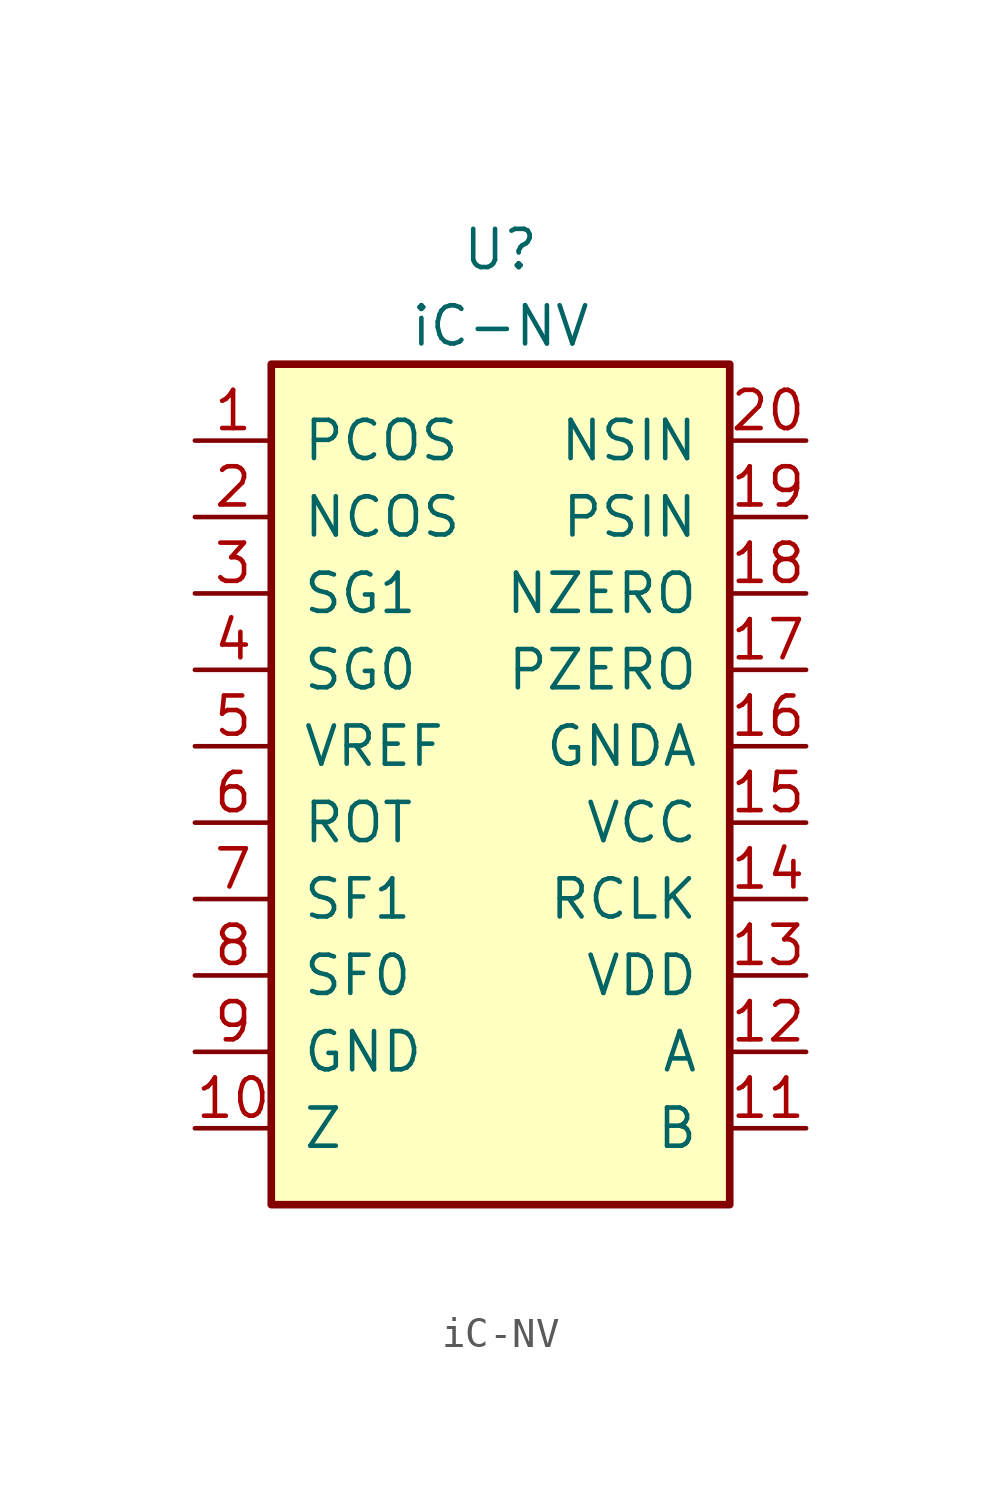
<source format=kicad_sym>
(kicad_symbol_lib
  (version 20241209)
  (generator "kicad_symbol_editor")
  (generator_version "9.0")
  (symbol "iC-NV"
    (pin_names
      (offset 1.016))
    (property "Reference" "U"
      (at 0 16.51 0)
      (effects (font (size 1.27 1.27))))
    (property "Value" "iC-NV"
      (at 0 13.97 0)
      (effects (font (size 1.27 1.27))))
    (symbol "iC-NV_1_1"
      (rectangle (start -7.62 12.7) (end 7.62 -15.24) (stroke (width 0.254) (type default)) (fill (type background)))
      (pin input line (at -10.16 10.16 0) (length 2.54) (name "PCOS" (effects (font (size 1.27 1.27)))) (number "1" (effects (font (size 1.27 1.27)))))
      (pin input line (at -10.16 7.62 0) (length 2.54) (name "NCOS" (effects (font (size 1.27 1.27)))) (number "2" (effects (font (size 1.27 1.27)))))
      (pin input line (at -10.16 5.08 0) (length 2.54) (name "SG1" (effects (font (size 1.27 1.27)))) (number "3" (effects (font (size 1.27 1.27)))))
      (pin input line (at -10.16 2.54 0) (length 2.54) (name "SG0" (effects (font (size 1.27 1.27)))) (number "4" (effects (font (size 1.27 1.27)))))
      (pin output line (at -10.16 0 0) (length 2.54) (name "VREF" (effects (font (size 1.27 1.27)))) (number "5" (effects (font (size 1.27 1.27)))))
      (pin input line (at -10.16 -2.54 0) (length 2.54) (name "ROT" (effects (font (size 1.27 1.27)))) (number "6" (effects (font (size 1.27 1.27)))))
      (pin input line (at -10.16 -5.08 0) (length 2.54) (name "SF1" (effects (font (size 1.27 1.27)))) (number "7" (effects (font (size 1.27 1.27)))))
      (pin input line (at -10.16 -7.62 0) (length 2.54) (name "SF0" (effects (font (size 1.27 1.27)))) (number "8" (effects (font (size 1.27 1.27)))))
      (pin power_in line (at -10.16 -10.16 0) (length 2.54) (name "GND" (effects (font (size 1.27 1.27)))) (number "9" (effects (font (size 1.27 1.27)))))
      (pin output line (at -10.16 -12.7 0) (length 2.54) (name "Z" (effects (font (size 1.27 1.27)))) (number "10" (effects (font (size 1.27 1.27)))))
      (pin input line (at 10.16 10.16 180) (length 2.54) (name "NSIN" (effects (font (size 1.27 1.27)))) (number "20" (effects (font (size 1.27 1.27)))))
      (pin input line (at 10.16 7.62 180) (length 2.54) (name "PSIN" (effects (font (size 1.27 1.27)))) (number "19" (effects (font (size 1.27 1.27)))))
      (pin input line (at 10.16 5.08 180) (length 2.54) (name "NZERO" (effects (font (size 1.27 1.27)))) (number "18" (effects (font (size 1.27 1.27)))))
      (pin input line (at 10.16 2.54 180) (length 2.54) (name "PZERO" (effects (font (size 1.27 1.27)))) (number "17" (effects (font (size 1.27 1.27)))))
      (pin power_in line (at 10.16 0 180) (length 2.54) (name "GNDA" (effects (font (size 1.27 1.27)))) (number "16" (effects (font (size 1.27 1.27)))))
      (pin power_in line (at 10.16 -2.54 180) (length 2.54) (name "VCC" (effects (font (size 1.27 1.27)))) (number "15" (effects (font (size 1.27 1.27)))))
      (pin passive line (at 10.16 -5.08 180) (length 2.54) (name "RCLK" (effects (font (size 1.27 1.27)))) (number "14" (effects (font (size 1.27 1.27)))))
      (pin power_in line (at 10.16 -7.62 180) (length 2.54) (name "VDD" (effects (font (size 1.27 1.27)))) (number "13" (effects (font (size 1.27 1.27)))))
      (pin output line (at 10.16 -10.16 180) (length 2.54) (name "A" (effects (font (size 1.27 1.27)))) (number "12" (effects (font (size 1.27 1.27)))))
      (pin output line (at 10.16 -12.7 180) (length 2.54) (name "B" (effects (font (size 1.27 1.27)))) (number "11" (effects (font (size 1.27 1.27))))))))
</source>
